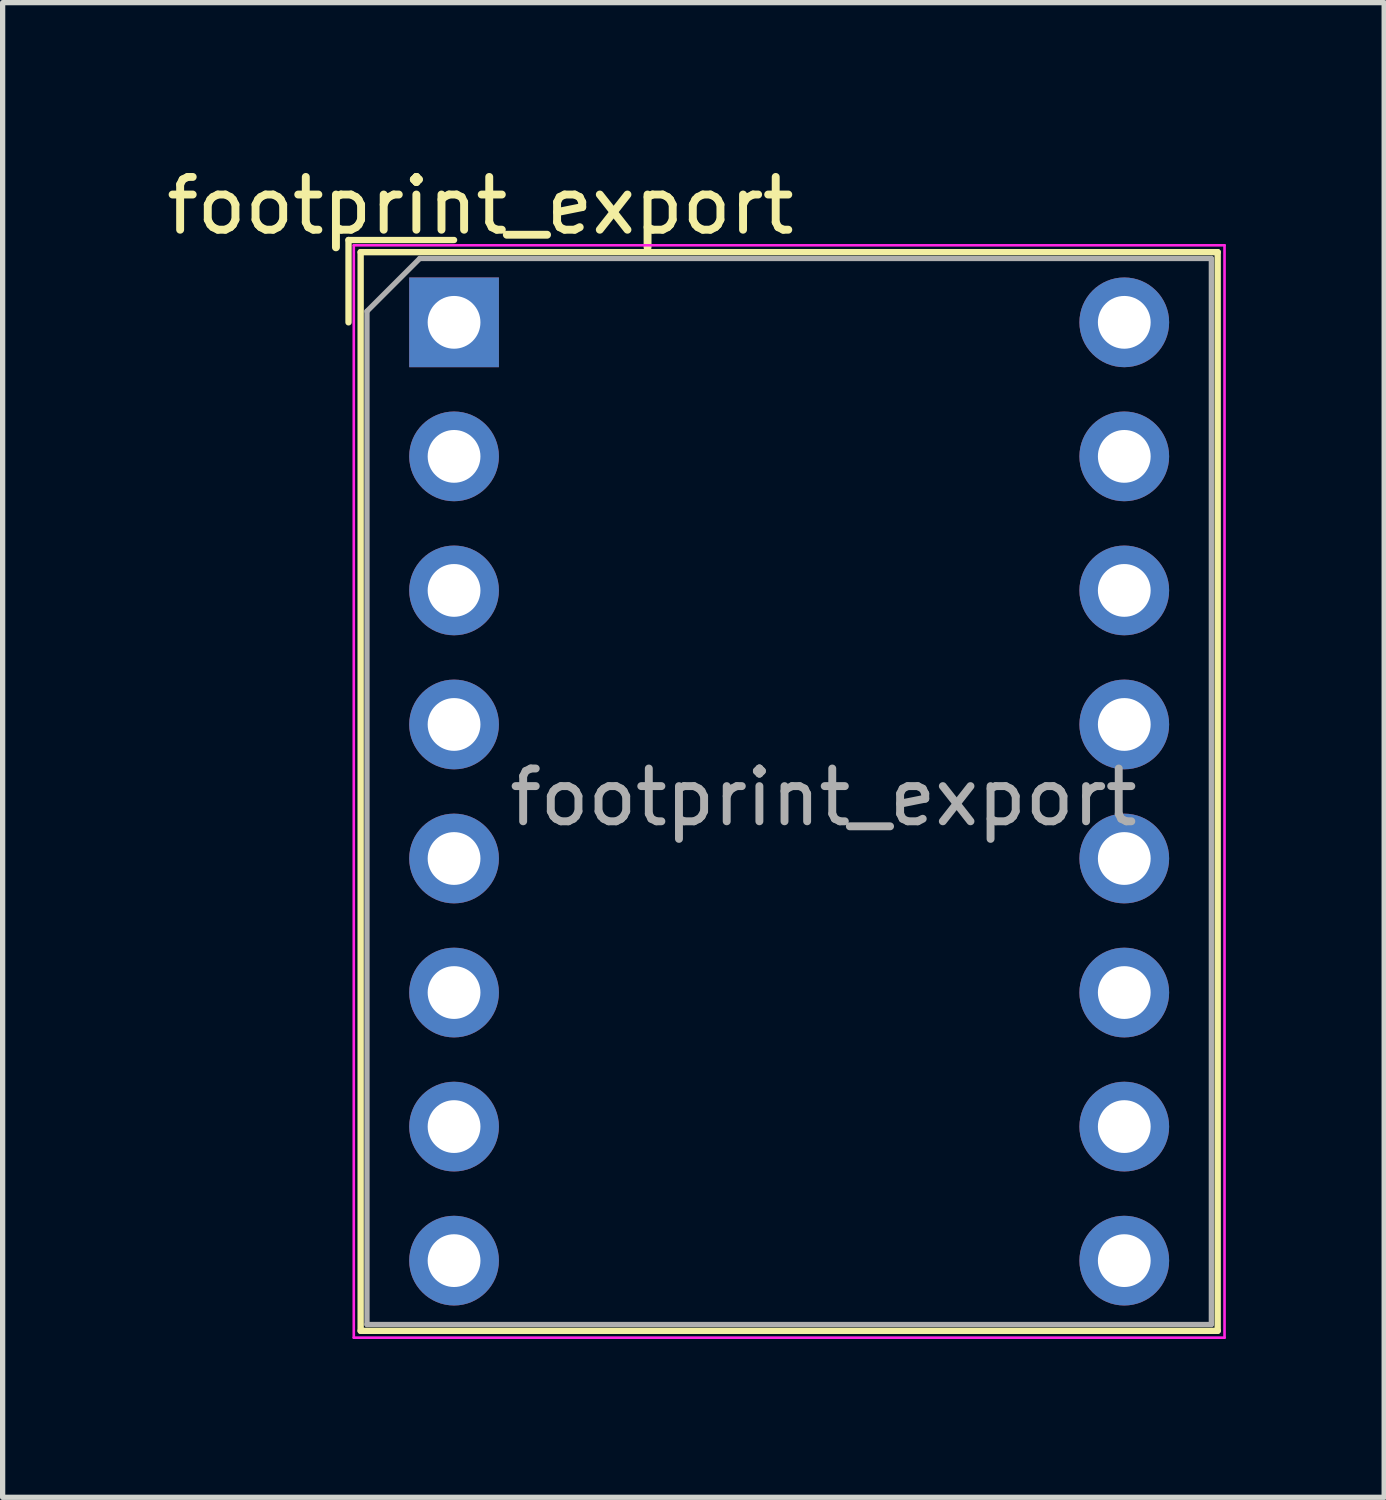
<source format=kicad_pcb>
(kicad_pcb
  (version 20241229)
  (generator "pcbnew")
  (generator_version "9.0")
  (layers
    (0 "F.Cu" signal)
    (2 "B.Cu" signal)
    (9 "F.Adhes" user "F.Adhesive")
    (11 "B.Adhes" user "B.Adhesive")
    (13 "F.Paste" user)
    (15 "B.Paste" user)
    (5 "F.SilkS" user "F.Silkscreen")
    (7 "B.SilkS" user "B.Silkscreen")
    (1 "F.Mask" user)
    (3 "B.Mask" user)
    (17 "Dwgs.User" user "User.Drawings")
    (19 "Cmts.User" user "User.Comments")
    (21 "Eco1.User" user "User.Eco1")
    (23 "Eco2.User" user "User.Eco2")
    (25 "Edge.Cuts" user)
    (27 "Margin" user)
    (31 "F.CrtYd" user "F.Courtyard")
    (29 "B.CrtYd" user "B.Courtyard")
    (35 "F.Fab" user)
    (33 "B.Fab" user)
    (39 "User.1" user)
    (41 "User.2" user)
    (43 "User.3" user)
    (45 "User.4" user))
  (footprint "footprint_export"
    (layer "F.Cu")
    (at 5.554 3.058)
    (property "Reference" "footprint_export" (at 0.5 -2.21 0) (layer "F.SilkS") (effects (font (size 1 1) (thickness 0.15))))
    (attr through_hole)
    (fp_line (start -2 -1.56) (end -2 0) (stroke (width 0.12) (type solid)) (layer "F.SilkS"))
    (fp_line (start -2 -1.56) (end 0 -1.56) (stroke (width 0.12) (type solid)) (layer "F.SilkS"))
    (fp_line (start -1.77 -1.33) (end 14.47 -1.33) (stroke (width 0.12) (type solid)) (layer "F.SilkS"))
    (fp_line (start -1.77 19.11) (end -1.77 -1.33) (stroke (width 0.12) (type solid)) (layer "F.SilkS"))
    (fp_line (start 14.47 -1.33) (end 14.47 19.11) (stroke (width 0.12) (type solid)) (layer "F.SilkS"))
    (fp_line (start 14.47 19.11) (end -1.77 19.11) (stroke (width 0.12) (type solid)) (layer "F.SilkS"))
    (fp_line (start -1.9 -1.46) (end 14.6 -1.46) (stroke (width 0.05) (type solid)) (layer "F.CrtYd"))
    (fp_line (start -1.9 19.24) (end -1.9 -1.46) (stroke (width 0.05) (type solid)) (layer "F.CrtYd"))
    (fp_line (start 14.6 -1.46) (end 14.6 19.24) (stroke (width 0.05) (type solid)) (layer "F.CrtYd"))
    (fp_line (start 14.6 19.24) (end -1.9 19.24) (stroke (width 0.05) (type solid)) (layer "F.CrtYd"))
    (fp_line (start -1.65 -0.21) (end -0.65 -1.21) (stroke (width 0.1) (type solid)) (layer "F.Fab"))
    (fp_line (start -1.65 18.99) (end -1.65 -0.21) (stroke (width 0.1) (type solid)) (layer "F.Fab"))
    (fp_line (start -0.65 -1.21) (end 14.35 -1.21) (stroke (width 0.1) (type solid)) (layer "F.Fab"))
    (fp_line (start 14.35 -1.21) (end 14.35 18.99) (stroke (width 0.1) (type solid)) (layer "F.Fab"))
    (fp_line (start 14.35 18.99) (end -1.65 18.99) (stroke (width 0.1) (type solid)) (layer "F.Fab"))
    (fp_text user "${REFERENCE}" (at 7 9 0) (layer "F.Fab") (effects (font (size 1 1) (thickness 0.15))))
    (pad "1" thru_hole rect (at 0 0) (size 1.7 1.7) (drill 1) (layers "*.Cu" "*.Mask"))
    (pad "2" thru_hole circle (at 0 2.54) (size 1.7 1.7) (drill 1) (layers "*.Cu" "*.Mask"))
    (pad "3" thru_hole circle (at 0 5.08) (size 1.7 1.7) (drill 1) (layers "*.Cu" "*.Mask"))
    (pad "4" thru_hole circle (at 0 7.62) (size 1.7 1.7) (drill 1) (layers "*.Cu" "*.Mask"))
    (pad "5" thru_hole circle (at 0 10.16) (size 1.7 1.7) (drill 1) (layers "*.Cu" "*.Mask"))
    (pad "6" thru_hole circle (at 0 12.7) (size 1.7 1.7) (drill 1) (layers "*.Cu" "*.Mask"))
    (pad "7" thru_hole circle (at 0 15.24) (size 1.7 1.7) (drill 1) (layers "*.Cu" "*.Mask"))
    (pad "8" thru_hole circle (at 0 17.78) (size 1.7 1.7) (drill 1) (layers "*.Cu" "*.Mask"))
    (pad "9" thru_hole circle (at 12.7 17.78) (size 1.7 1.7) (drill 1) (layers "*.Cu" "*.Mask"))
    (pad "10" thru_hole circle (at 12.7 15.24) (size 1.7 1.7) (drill 1) (layers "*.Cu" "*.Mask"))
    (pad "11" thru_hole circle (at 12.7 12.7) (size 1.7 1.7) (drill 1) (layers "*.Cu" "*.Mask"))
    (pad "12" thru_hole circle (at 12.7 10.16) (size 1.7 1.7) (drill 1) (layers "*.Cu" "*.Mask"))
    (pad "13" thru_hole circle (at 12.7 7.62) (size 1.7 1.7) (drill 1) (layers "*.Cu" "*.Mask"))
    (pad "14" thru_hole circle (at 12.7 5.08) (size 1.7 1.7) (drill 1) (layers "*.Cu" "*.Mask"))
    (pad "15" thru_hole circle (at 12.7 2.54) (size 1.7 1.7) (drill 1) (layers "*.Cu" "*.Mask"))
    (pad "16" thru_hole circle (at 12.7 0) (size 1.7 1.7) (drill 1) (layers "*.Cu" "*.Mask")))
  (gr_rect
    (start -3 -3)
    (end 23.179 25.323)
    (stroke (width 0.1) (type default))
    (fill no)
    (layer "Edge.Cuts")))
</source>
